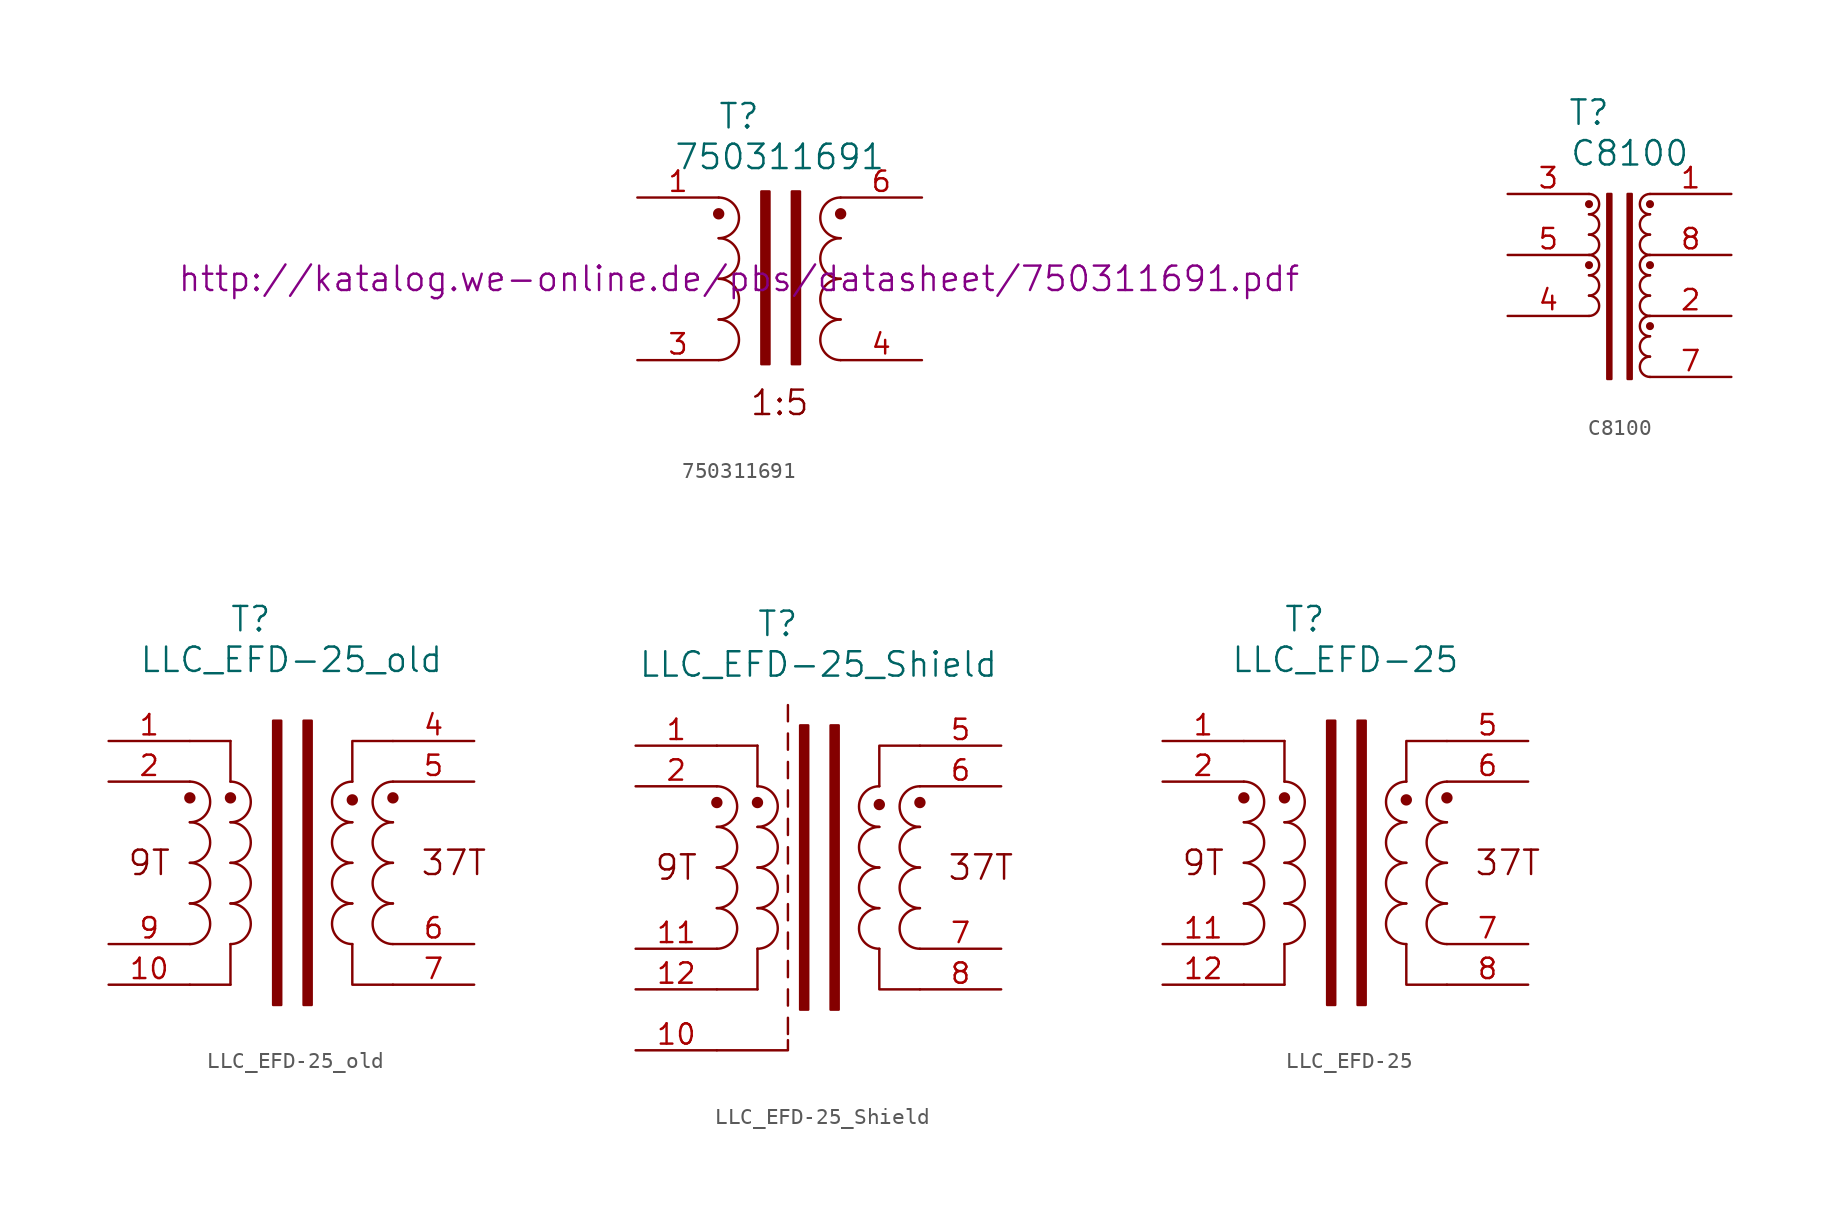
<source format=kicad_sym>
(kicad_symbol_lib
  (version 20220914)
  (generator kicad_symbol_editor)
  (symbol "750311691"
    (pin_names
      (offset 1.016) hide)
    (property "Reference" "T"
      (at -2.54 10.16 0)
      (effects (font (size 1.524 1.524))))
    (property "Value" "750311691"
      (at 0 7.62 0)
      (effects (font (size 1.524 1.524))))
    (property "Footprint" ""
      (at -2.54 0 0)
      (effects (font (size 1.524 1.524))))
    (property "Datasheet" "http://katalog.we-online.de/pbs/datasheet/750311691.pdf"
      (at -2.54 0 0)
      (effects (font (size 1.524 1.524))))
    (symbol "750311691_0_0"
      (text "1:5" (at 0 -7.747 0) (effects (font (size 1.524 1.524)))))
    (symbol "750311691_0_1"
      (arc (start -3.81 -5.08) (mid -2.5455 -3.81) (end -3.81 -2.54) (stroke (width 0) (type default)) (fill (type none)))
      (arc (start -3.81 -2.54) (mid -2.5455 -1.27) (end -3.81 0) (stroke (width 0) (type default)) (fill (type none)))
      (arc (start -3.81 0) (mid -2.5455 1.27) (end -3.81 2.54) (stroke (width 0) (type default)) (fill (type none)))
      (arc (start -3.81 2.54) (mid -2.5455 3.81) (end -3.81 5.08) (stroke (width 0) (type default)) (fill (type none)))
      (circle (center -3.81 4.064) (radius 0.279) (stroke (width 0) (type default)) (fill (type outline)))
      (rectangle (start -0.635 5.461) (end -1.143 -5.334) (stroke (width 0) (type default)) (fill (type outline)))
      (rectangle (start 1.27 5.461) (end 0.762 -5.334) (stroke (width 0) (type default)) (fill (type outline)))
      (arc (start 3.81 -2.54) (mid 2.5455 -3.81) (end 3.81 -5.08) (stroke (width 0) (type default)) (fill (type none)))
      (arc (start 3.81 0) (mid 2.5455 -1.27) (end 3.81 -2.54) (stroke (width 0) (type default)) (fill (type none)))
      (arc (start 3.81 2.54) (mid 2.5455 1.27) (end 3.81 0) (stroke (width 0) (type default)) (fill (type none)))
      (circle (center 3.81 4.064) (radius 0.279) (stroke (width 0) (type default)) (fill (type outline)))
      (arc (start 3.81 5.08) (mid 2.5455 3.81) (end 3.81 2.54) (stroke (width 0) (type default)) (fill (type none))))
    (symbol "750311691_1_1"
      (pin input line (at -8.89 5.08 0) (length 5.08) (name "P2a" (effects (font (size 1.27 1.27)))) (number "1" (effects (font (size 1.27 1.27)))))
      (pin input line (at -8.89 -5.08 0) (length 5.08) (name "P2b" (effects (font (size 1.27 1.27)))) (number "3" (effects (font (size 1.27 1.27)))))
      (pin input line (at 8.89 -5.08 180) (length 5.08) (name "S2b" (effects (font (size 1.27 1.27)))) (number "4" (effects (font (size 1.27 1.27)))))
      (pin input line (at 8.89 5.08 180) (length 5.08) (name "S2a" (effects (font (size 1.27 1.27)))) (number "6" (effects (font (size 1.27 1.27)))))))
  (symbol "C8100"
    (pin_names
      (offset 1.016))
    (property "Reference" "T"
      (at -1.27 11.43 0)
      (effects (font (size 1.524 1.524))))
    (property "Value" "C8100"
      (at 1.27 8.89 0)
      (effects (font (size 1.524 1.524))))
    (symbol "C8100_0_1"
      (arc (start -1.27 -1.27) (mid -0.6377 -0.635) (end -1.27 0) (stroke (width 0) (type default)) (fill (type none)))
      (arc (start -1.27 0) (mid -0.6377 0.635) (end -1.27 1.27) (stroke (width 0) (type default)) (fill (type none)))
      (arc (start -1.27 1.27) (mid -0.6377 1.905) (end -1.27 2.54) (stroke (width 0) (type default)) (fill (type none)))
      (circle (center -1.27 1.905) (radius 0.178) (stroke (width 0) (type default)) (fill (type outline)))
      (arc (start -1.27 2.54) (mid -0.6377 3.175) (end -1.27 3.81) (stroke (width 0) (type default)) (fill (type none)))
      (arc (start -1.27 3.81) (mid -0.6377 4.445) (end -1.27 5.08) (stroke (width 0) (type default)) (fill (type none)))
      (arc (start -1.27 5.08) (mid -0.6377 5.715) (end -1.27 6.35) (stroke (width 0) (type default)) (fill (type none)))
      (circle (center -1.27 5.715) (radius 0.178) (stroke (width 0) (type default)) (fill (type outline)))
      (rectangle (start -0.127 6.35) (end 0.127 -5.207) (stroke (width 0) (type default)) (fill (type outline)))
      (rectangle (start 1.143 6.35) (end 1.397 -5.207) (stroke (width 0) (type default)) (fill (type outline)))
      (arc (start 2.54 -3.81) (mid 1.9077 -4.445) (end 2.54 -5.08) (stroke (width 0) (type default)) (fill (type none)))
      (arc (start 2.54 -2.54) (mid 1.9077 -3.175) (end 2.54 -3.81) (stroke (width 0) (type default)) (fill (type none)))
      (circle (center 2.54 -1.905) (radius 0.178) (stroke (width 0) (type default)) (fill (type outline)))
      (arc (start 2.54 -1.27) (mid 1.9077 -1.905) (end 2.54 -2.54) (stroke (width 0) (type default)) (fill (type none)))
      (arc (start 2.54 0) (mid 1.9077 -0.635) (end 2.54 -1.27) (stroke (width 0) (type default)) (fill (type none)))
      (arc (start 2.54 1.27) (mid 1.9077 0.635) (end 2.54 0) (stroke (width 0) (type default)) (fill (type none)))
      (circle (center 2.54 1.905) (radius 0.178) (stroke (width 0) (type default)) (fill (type outline)))
      (arc (start 2.54 2.54) (mid 1.9077 1.905) (end 2.54 1.27) (stroke (width 0) (type default)) (fill (type none)))
      (arc (start 2.54 3.81) (mid 1.9077 3.175) (end 2.54 2.54) (stroke (width 0) (type default)) (fill (type none)))
      (arc (start 2.54 5.08) (mid 1.9077 4.445) (end 2.54 3.81) (stroke (width 0) (type default)) (fill (type none)))
      (circle (center 2.54 5.715) (radius 0.178) (stroke (width 0) (type default)) (fill (type outline)))
      (arc (start 2.54 6.35) (mid 1.9077 5.715) (end 2.54 5.08) (stroke (width 0) (type default)) (fill (type none))))
    (symbol "C8100_1_1"
      (pin passive line (at 7.62 6.35 180) (length 5.08) (name "~" (effects (font (size 1.27 1.27)))) (number "1" (effects (font (size 1.27 1.27)))))
      (pin passive line (at 7.62 -1.27 180) (length 5.08) (name "~" (effects (font (size 1.27 1.27)))) (number "2" (effects (font (size 1.27 1.27)))))
      (pin passive line (at -6.35 6.35 0) (length 5.08) (name "~" (effects (font (size 1.27 1.27)))) (number "3" (effects (font (size 1.27 1.27)))))
      (pin passive line (at -6.35 -1.27 0) (length 5.08) (name "~" (effects (font (size 1.27 1.27)))) (number "4" (effects (font (size 1.27 1.27)))))
      (pin passive line (at -6.35 2.54 0) (length 5.08) (name "~" (effects (font (size 1.27 1.27)))) (number "5" (effects (font (size 1.27 1.27)))))
      (pin passive line (at 7.62 -5.08 180) (length 5.08) (name "~" (effects (font (size 1.27 1.27)))) (number "7" (effects (font (size 1.27 1.27)))))
      (pin passive line (at 7.62 2.54 180) (length 5.08) (name "~" (effects (font (size 1.27 1.27)))) (number "8" (effects (font (size 1.27 1.27)))))))
  (symbol "LLC_EFD-25_old"
    (pin_names
      (offset 1.016) hide)
    (property "Reference" "T"
      (at -2.54 15.24 0)
      (effects (font (size 1.524 1.524))))
    (property "Value" "LLC_EFD-25_old"
      (at 0 12.7 0)
      (effects (font (size 1.524 1.524))))
    (property "Footprint" ""
      (at -5.08 0 0)
      (effects (font (size 1.524 1.524))))
    (property "Datasheet" ""
      (at -5.08 0 0)
      (effects (font (size 1.524 1.524))))
    (symbol "LLC_EFD-25_old_0_0"
      (text "37T" (at 10.16 0 0) (effects (font (size 1.524 1.524))))
      (text "9T" (at -8.89 0 0) (effects (font (size 1.524 1.524)))))
    (symbol "LLC_EFD-25_old_0_1"
      (arc (start -6.35 -5.08) (mid -5.0855 -3.81) (end -6.35 -2.54) (stroke (width 0) (type default)) (fill (type none)))
      (arc (start -6.35 -2.54) (mid -5.0855 -1.27) (end -6.35 0) (stroke (width 0) (type default)) (fill (type none)))
      (arc (start -6.35 0) (mid -5.0855 1.27) (end -6.35 2.54) (stroke (width 0) (type default)) (fill (type none)))
      (arc (start -6.35 2.54) (mid -5.0855 3.81) (end -6.35 5.08) (stroke (width 0) (type default)) (fill (type none)))
      (circle (center -6.35 4.064) (radius 0.279) (stroke (width 0) (type default)) (fill (type outline)))
      (arc (start -3.81 -5.08) (mid -2.5455 -3.81) (end -3.81 -2.54) (stroke (width 0) (type default)) (fill (type none)))
      (arc (start -3.81 -2.54) (mid -2.5455 -1.27) (end -3.81 0) (stroke (width 0) (type default)) (fill (type none)))
      (arc (start -3.81 0) (mid -2.5455 1.27) (end -3.81 2.54) (stroke (width 0) (type default)) (fill (type none)))
      (arc (start -3.81 2.54) (mid -2.5455 3.81) (end -3.81 5.08) (stroke (width 0) (type default)) (fill (type none)))
      (circle (center -3.81 4.064) (radius 0.279) (stroke (width 0) (type default)) (fill (type outline)))
      (rectangle (start -0.635 8.89) (end -1.143 -8.89) (stroke (width 0) (type default)) (fill (type outline)))
      (polyline (pts (xy -6.35 -7.62) (xy -3.81 -7.62)) (stroke (width 0) (type default)) (fill (type none)))
      (polyline (pts (xy -6.35 7.62) (xy -3.81 7.62)) (stroke (width 0) (type default)) (fill (type none)))
      (polyline (pts (xy -3.81 -5.08) (xy -3.81 -7.62)) (stroke (width 0) (type default)) (fill (type none)))
      (polyline (pts (xy -3.81 7.62) (xy -3.81 5.08)) (stroke (width 0) (type default)) (fill (type none)))
      (polyline (pts (xy 6.35 -7.62) (xy 3.81 -7.62) (xy 3.81 -5.08)) (stroke (width 0) (type default)) (fill (type none)))
      (polyline (pts (xy 6.35 7.62) (xy 3.81 7.62) (xy 3.81 5.08)) (stroke (width 0) (type default)) (fill (type none)))
      (rectangle (start 1.27 8.89) (end 0.762 -8.89) (stroke (width 0) (type default)) (fill (type outline)))
      (arc (start 3.81 -2.54) (mid 2.5455 -3.81) (end 3.81 -5.08) (stroke (width 0) (type default)) (fill (type none)))
      (arc (start 3.81 0) (mid 2.5455 -1.27) (end 3.81 -2.54) (stroke (width 0) (type default)) (fill (type none)))
      (arc (start 3.81 2.54) (mid 2.5455 1.27) (end 3.81 0) (stroke (width 0) (type default)) (fill (type none)))
      (circle (center 3.81 3.937) (radius 0.279) (stroke (width 0) (type default)) (fill (type outline)))
      (arc (start 3.81 5.08) (mid 2.5455 3.81) (end 3.81 2.54) (stroke (width 0) (type default)) (fill (type none)))
      (arc (start 6.35 -2.54) (mid 5.0855 -3.81) (end 6.35 -5.08) (stroke (width 0) (type default)) (fill (type none)))
      (arc (start 6.35 0) (mid 5.0855 -1.27) (end 6.35 -2.54) (stroke (width 0) (type default)) (fill (type none)))
      (arc (start 6.35 2.54) (mid 5.0855 1.27) (end 6.35 0) (stroke (width 0) (type default)) (fill (type none)))
      (circle (center 6.35 4.064) (radius 0.279) (stroke (width 0) (type default)) (fill (type outline)))
      (arc (start 6.35 5.08) (mid 5.0855 3.81) (end 6.35 2.54) (stroke (width 0) (type default)) (fill (type none))))
    (symbol "LLC_EFD-25_old_1_1"
      (pin input line (at -11.43 7.62 0) (length 5.08) (name "P1a" (effects (font (size 1.27 1.27)))) (number "1" (effects (font (size 1.27 1.27)))))
      (pin input line (at -11.43 -7.62 0) (length 5.08) (name "P1b" (effects (font (size 1.27 1.27)))) (number "10" (effects (font (size 1.27 1.27)))))
      (pin input line (at -11.43 5.08 0) (length 5.08) (name "P2a" (effects (font (size 1.27 1.27)))) (number "2" (effects (font (size 1.27 1.27)))))
      (pin input line (at 11.43 7.62 180) (length 5.08) (name "S1a" (effects (font (size 1.27 1.27)))) (number "4" (effects (font (size 1.27 1.27)))))
      (pin input line (at 11.43 5.08 180) (length 5.08) (name "S2a" (effects (font (size 1.27 1.27)))) (number "5" (effects (font (size 1.27 1.27)))))
      (pin input line (at 11.43 -5.08 180) (length 5.08) (name "S2b" (effects (font (size 1.27 1.27)))) (number "6" (effects (font (size 1.27 1.27)))))
      (pin input line (at 11.43 -7.62 180) (length 5.08) (name "S1b" (effects (font (size 1.27 1.27)))) (number "7" (effects (font (size 1.27 1.27)))))
      (pin input line (at -11.43 -5.08 0) (length 5.08) (name "P2b" (effects (font (size 1.27 1.27)))) (number "9" (effects (font (size 1.27 1.27)))))))
  (symbol "LLC_EFD-25_Shield"
    (pin_names
      (offset 1.016) hide)
    (property "Reference" "T"
      (at -2.54 15.24 0)
      (effects (font (size 1.524 1.524))))
    (property "Value" "LLC_EFD-25_Shield"
      (at 0 12.7 0)
      (effects (font (size 1.524 1.524))))
    (property "Footprint" ""
      (at -5.08 0 0)
      (effects (font (size 1.524 1.524))))
    (property "Datasheet" ""
      (at -5.08 0 0)
      (effects (font (size 1.524 1.524))))
    (symbol "LLC_EFD-25_Shield_0_0"
      (text "37T" (at 10.16 0 0) (effects (font (size 1.524 1.524))))
      (text "9T" (at -8.89 0 0) (effects (font (size 1.524 1.524)))))
    (symbol "LLC_EFD-25_Shield_0_1"
      (arc (start -6.35 -5.08) (mid -5.0855 -3.81) (end -6.35 -2.54) (stroke (width 0) (type default)) (fill (type none)))
      (arc (start -6.35 -2.54) (mid -5.0855 -1.27) (end -6.35 0) (stroke (width 0) (type default)) (fill (type none)))
      (arc (start -6.35 0) (mid -5.0855 1.27) (end -6.35 2.54) (stroke (width 0) (type default)) (fill (type none)))
      (arc (start -6.35 2.54) (mid -5.0855 3.81) (end -6.35 5.08) (stroke (width 0) (type default)) (fill (type none)))
      (circle (center -6.35 4.064) (radius 0.279) (stroke (width 0) (type default)) (fill (type outline)))
      (arc (start -3.81 -5.08) (mid -2.5455 -3.81) (end -3.81 -2.54) (stroke (width 0) (type default)) (fill (type none)))
      (arc (start -3.81 -2.54) (mid -2.5455 -1.27) (end -3.81 0) (stroke (width 0) (type default)) (fill (type none)))
      (arc (start -3.81 0) (mid -2.5455 1.27) (end -3.81 2.54) (stroke (width 0) (type default)) (fill (type none)))
      (arc (start -3.81 2.54) (mid -2.5455 3.81) (end -3.81 5.08) (stroke (width 0) (type default)) (fill (type none)))
      (circle (center -3.81 4.064) (radius 0.279) (stroke (width 0) (type default)) (fill (type outline)))
      (rectangle (start -0.635 8.89) (end -1.143 -8.89) (stroke (width 0) (type default)) (fill (type outline)))
      (polyline (pts (xy -6.35 -7.62) (xy -3.81 -7.62)) (stroke (width 0) (type default)) (fill (type none)))
      (polyline (pts (xy -6.35 7.62) (xy -3.81 7.62)) (stroke (width 0) (type default)) (fill (type none)))
      (polyline (pts (xy -3.81 -5.08) (xy -3.81 -7.62)) (stroke (width 0) (type default)) (fill (type none)))
      (polyline (pts (xy -3.81 7.62) (xy -3.81 5.08)) (stroke (width 0) (type default)) (fill (type none)))
      (polyline (pts (xy -1.905 -9.398) (xy -1.905 -10.414)) (stroke (width 0) (type default)) (fill (type none)))
      (polyline (pts (xy -1.905 -7.62) (xy -1.905 -8.636)) (stroke (width 0) (type default)) (fill (type none)))
      (polyline (pts (xy -1.905 -5.842) (xy -1.905 -6.858)) (stroke (width 0) (type default)) (fill (type none)))
      (polyline (pts (xy -1.905 -4.064) (xy -1.905 -5.08)) (stroke (width 0) (type default)) (fill (type none)))
      (polyline (pts (xy -1.905 -2.286) (xy -1.905 -3.302)) (stroke (width 0) (type default)) (fill (type none)))
      (polyline (pts (xy -1.905 -0.508) (xy -1.905 -1.524)) (stroke (width 0) (type default)) (fill (type none)))
      (polyline (pts (xy -1.905 1.27) (xy -1.905 0.254)) (stroke (width 0) (type default)) (fill (type none)))
      (polyline (pts (xy -1.905 3.048) (xy -1.905 2.032)) (stroke (width 0) (type default)) (fill (type none)))
      (polyline (pts (xy -1.905 4.826) (xy -1.905 3.81)) (stroke (width 0) (type default)) (fill (type none)))
      (polyline (pts (xy -1.905 6.604) (xy -1.905 5.588)) (stroke (width 0) (type default)) (fill (type none)))
      (polyline (pts (xy -1.905 8.382) (xy -1.905 7.366)) (stroke (width 0) (type default)) (fill (type none)))
      (polyline (pts (xy -1.905 10.16) (xy -1.905 9.144)) (stroke (width 0) (type default)) (fill (type none)))
      (polyline (pts (xy -6.35 -11.43) (xy -1.905 -11.43) (xy -1.905 -10.795)) (stroke (width 0) (type default)) (fill (type none)))
      (polyline (pts (xy 6.35 -7.62) (xy 3.81 -7.62) (xy 3.81 -5.08)) (stroke (width 0) (type default)) (fill (type none)))
      (polyline (pts (xy 6.35 7.62) (xy 3.81 7.62) (xy 3.81 5.08)) (stroke (width 0) (type default)) (fill (type none)))
      (rectangle (start 1.27 8.89) (end 0.762 -8.89) (stroke (width 0) (type default)) (fill (type outline)))
      (arc (start 3.81 -2.54) (mid 2.5455 -3.81) (end 3.81 -5.08) (stroke (width 0) (type default)) (fill (type none)))
      (arc (start 3.81 0) (mid 2.5455 -1.27) (end 3.81 -2.54) (stroke (width 0) (type default)) (fill (type none)))
      (arc (start 3.81 2.54) (mid 2.5455 1.27) (end 3.81 0) (stroke (width 0) (type default)) (fill (type none)))
      (circle (center 3.81 3.937) (radius 0.279) (stroke (width 0) (type default)) (fill (type outline)))
      (arc (start 3.81 5.08) (mid 2.5455 3.81) (end 3.81 2.54) (stroke (width 0) (type default)) (fill (type none)))
      (arc (start 6.35 -2.54) (mid 5.0855 -3.81) (end 6.35 -5.08) (stroke (width 0) (type default)) (fill (type none)))
      (arc (start 6.35 0) (mid 5.0855 -1.27) (end 6.35 -2.54) (stroke (width 0) (type default)) (fill (type none)))
      (arc (start 6.35 2.54) (mid 5.0855 1.27) (end 6.35 0) (stroke (width 0) (type default)) (fill (type none)))
      (circle (center 6.35 4.064) (radius 0.279) (stroke (width 0) (type default)) (fill (type outline)))
      (arc (start 6.35 5.08) (mid 5.0855 3.81) (end 6.35 2.54) (stroke (width 0) (type default)) (fill (type none))))
    (symbol "LLC_EFD-25_Shield_1_1"
      (pin input line (at -11.43 7.62 0) (length 5.08) (name "P1a" (effects (font (size 1.27 1.27)))) (number "1" (effects (font (size 1.27 1.27)))))
      (pin input line (at -11.43 -11.43 0) (length 5.08) (name "S" (effects (font (size 1.27 1.27)))) (number "10" (effects (font (size 1.27 1.27)))))
      (pin input line (at -11.43 -5.08 0) (length 5.08) (name "P2b" (effects (font (size 1.27 1.27)))) (number "11" (effects (font (size 1.27 1.27)))))
      (pin input line (at -11.43 -7.62 0) (length 5.08) (name "P1b" (effects (font (size 1.27 1.27)))) (number "12" (effects (font (size 1.27 1.27)))))
      (pin input line (at -11.43 5.08 0) (length 5.08) (name "P2a" (effects (font (size 1.27 1.27)))) (number "2" (effects (font (size 1.27 1.27)))))
      (pin input line (at 11.43 7.62 180) (length 5.08) (name "S1a" (effects (font (size 1.27 1.27)))) (number "5" (effects (font (size 1.27 1.27)))))
      (pin input line (at 11.43 5.08 180) (length 5.08) (name "S2a" (effects (font (size 1.27 1.27)))) (number "6" (effects (font (size 1.27 1.27)))))
      (pin input line (at 11.43 -5.08 180) (length 5.08) (name "S2b" (effects (font (size 1.27 1.27)))) (number "7" (effects (font (size 1.27 1.27)))))
      (pin input line (at 11.43 -7.62 180) (length 5.08) (name "S1b" (effects (font (size 1.27 1.27)))) (number "8" (effects (font (size 1.27 1.27)))))))
  (symbol "LLC_EFD-25"
    (pin_names
      (offset 1.016) hide)
    (property "Reference" "T"
      (at -2.54 15.24 0)
      (effects (font (size 1.524 1.524))))
    (property "Value" "LLC_EFD-25"
      (at 0 12.7 0)
      (effects (font (size 1.524 1.524))))
    (property "Footprint" ""
      (at -5.08 0 0)
      (effects (font (size 1.524 1.524))))
    (property "Datasheet" ""
      (at -5.08 0 0)
      (effects (font (size 1.524 1.524))))
    (symbol "LLC_EFD-25_0_0"
      (text "37T" (at 10.16 0 0) (effects (font (size 1.524 1.524))))
      (text "9T" (at -8.89 0 0) (effects (font (size 1.524 1.524)))))
    (symbol "LLC_EFD-25_0_1"
      (arc (start -6.35 -5.08) (mid -5.0855 -3.81) (end -6.35 -2.54) (stroke (width 0) (type default)) (fill (type none)))
      (arc (start -6.35 -2.54) (mid -5.0855 -1.27) (end -6.35 0) (stroke (width 0) (type default)) (fill (type none)))
      (arc (start -6.35 0) (mid -5.0855 1.27) (end -6.35 2.54) (stroke (width 0) (type default)) (fill (type none)))
      (arc (start -6.35 2.54) (mid -5.0855 3.81) (end -6.35 5.08) (stroke (width 0) (type default)) (fill (type none)))
      (circle (center -6.35 4.064) (radius 0.279) (stroke (width 0) (type default)) (fill (type outline)))
      (arc (start -3.81 -5.08) (mid -2.5455 -3.81) (end -3.81 -2.54) (stroke (width 0) (type default)) (fill (type none)))
      (arc (start -3.81 -2.54) (mid -2.5455 -1.27) (end -3.81 0) (stroke (width 0) (type default)) (fill (type none)))
      (arc (start -3.81 0) (mid -2.5455 1.27) (end -3.81 2.54) (stroke (width 0) (type default)) (fill (type none)))
      (arc (start -3.81 2.54) (mid -2.5455 3.81) (end -3.81 5.08) (stroke (width 0) (type default)) (fill (type none)))
      (circle (center -3.81 4.064) (radius 0.279) (stroke (width 0) (type default)) (fill (type outline)))
      (rectangle (start -0.635 8.89) (end -1.143 -8.89) (stroke (width 0) (type default)) (fill (type outline)))
      (polyline (pts (xy -6.35 -7.62) (xy -3.81 -7.62)) (stroke (width 0) (type default)) (fill (type none)))
      (polyline (pts (xy -6.35 7.62) (xy -3.81 7.62)) (stroke (width 0) (type default)) (fill (type none)))
      (polyline (pts (xy -3.81 -5.08) (xy -3.81 -7.62)) (stroke (width 0) (type default)) (fill (type none)))
      (polyline (pts (xy -3.81 7.62) (xy -3.81 5.08)) (stroke (width 0) (type default)) (fill (type none)))
      (polyline (pts (xy 6.35 -7.62) (xy 3.81 -7.62) (xy 3.81 -5.08)) (stroke (width 0) (type default)) (fill (type none)))
      (polyline (pts (xy 6.35 7.62) (xy 3.81 7.62) (xy 3.81 5.08)) (stroke (width 0) (type default)) (fill (type none)))
      (rectangle (start 1.27 8.89) (end 0.762 -8.89) (stroke (width 0) (type default)) (fill (type outline)))
      (arc (start 3.81 -2.54) (mid 2.5455 -3.81) (end 3.81 -5.08) (stroke (width 0) (type default)) (fill (type none)))
      (arc (start 3.81 0) (mid 2.5455 -1.27) (end 3.81 -2.54) (stroke (width 0) (type default)) (fill (type none)))
      (arc (start 3.81 2.54) (mid 2.5455 1.27) (end 3.81 0) (stroke (width 0) (type default)) (fill (type none)))
      (circle (center 3.81 3.937) (radius 0.279) (stroke (width 0) (type default)) (fill (type outline)))
      (arc (start 3.81 5.08) (mid 2.5455 3.81) (end 3.81 2.54) (stroke (width 0) (type default)) (fill (type none)))
      (arc (start 6.35 -2.54) (mid 5.0855 -3.81) (end 6.35 -5.08) (stroke (width 0) (type default)) (fill (type none)))
      (arc (start 6.35 0) (mid 5.0855 -1.27) (end 6.35 -2.54) (stroke (width 0) (type default)) (fill (type none)))
      (arc (start 6.35 2.54) (mid 5.0855 1.27) (end 6.35 0) (stroke (width 0) (type default)) (fill (type none)))
      (circle (center 6.35 4.064) (radius 0.279) (stroke (width 0) (type default)) (fill (type outline)))
      (arc (start 6.35 5.08) (mid 5.0855 3.81) (end 6.35 2.54) (stroke (width 0) (type default)) (fill (type none))))
    (symbol "LLC_EFD-25_1_1"
      (pin input line (at -11.43 7.62 0) (length 5.08) (name "P1a" (effects (font (size 1.27 1.27)))) (number "1" (effects (font (size 1.27 1.27)))))
      (pin input line (at -11.43 -5.08 0) (length 5.08) (name "P2b" (effects (font (size 1.27 1.27)))) (number "11" (effects (font (size 1.27 1.27)))))
      (pin input line (at -11.43 -7.62 0) (length 5.08) (name "P1b" (effects (font (size 1.27 1.27)))) (number "12" (effects (font (size 1.27 1.27)))))
      (pin input line (at -11.43 5.08 0) (length 5.08) (name "P2a" (effects (font (size 1.27 1.27)))) (number "2" (effects (font (size 1.27 1.27)))))
      (pin input line (at 11.43 7.62 180) (length 5.08) (name "S1a" (effects (font (size 1.27 1.27)))) (number "5" (effects (font (size 1.27 1.27)))))
      (pin input line (at 11.43 5.08 180) (length 5.08) (name "S2a" (effects (font (size 1.27 1.27)))) (number "6" (effects (font (size 1.27 1.27)))))
      (pin input line (at 11.43 -5.08 180) (length 5.08) (name "S2b" (effects (font (size 1.27 1.27)))) (number "7" (effects (font (size 1.27 1.27)))))
      (pin input line (at 11.43 -7.62 180) (length 5.08) (name "S1b" (effects (font (size 1.27 1.27)))) (number "8" (effects (font (size 1.27 1.27))))))))
</source>
